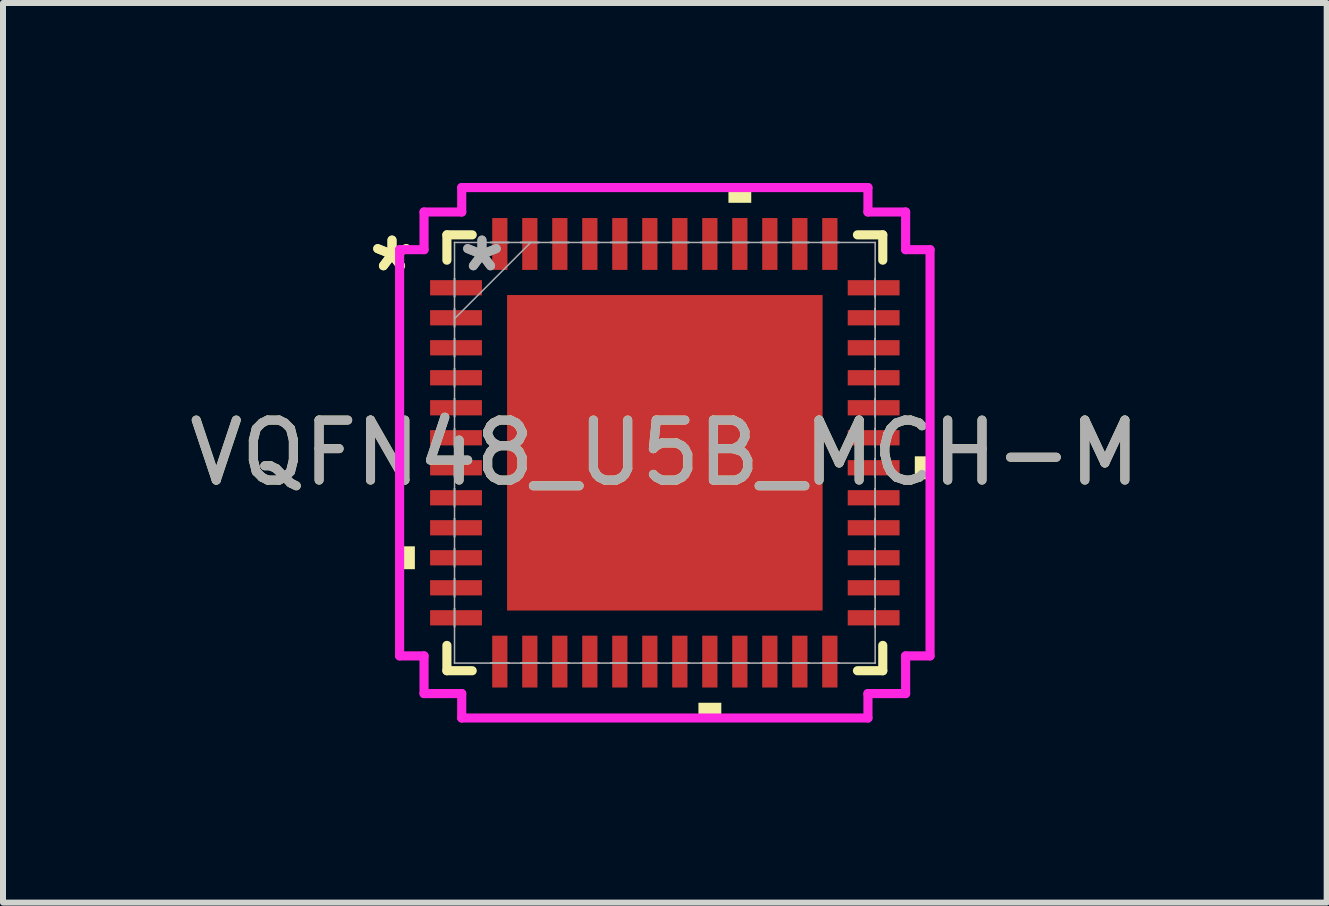
<source format=kicad_pcb>
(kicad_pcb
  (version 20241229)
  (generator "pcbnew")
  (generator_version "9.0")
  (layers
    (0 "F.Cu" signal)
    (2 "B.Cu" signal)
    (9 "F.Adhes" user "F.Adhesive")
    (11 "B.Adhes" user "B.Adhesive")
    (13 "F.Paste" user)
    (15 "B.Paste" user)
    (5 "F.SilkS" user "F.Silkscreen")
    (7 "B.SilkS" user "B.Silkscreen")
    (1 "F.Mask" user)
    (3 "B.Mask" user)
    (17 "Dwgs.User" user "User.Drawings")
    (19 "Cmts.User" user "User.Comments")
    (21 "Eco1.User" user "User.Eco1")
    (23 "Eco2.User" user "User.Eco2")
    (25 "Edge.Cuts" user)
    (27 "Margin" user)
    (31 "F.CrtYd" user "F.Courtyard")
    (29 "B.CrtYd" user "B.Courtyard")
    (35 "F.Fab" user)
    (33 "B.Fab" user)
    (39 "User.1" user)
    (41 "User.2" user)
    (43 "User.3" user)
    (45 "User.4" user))
  (footprint "VQFN48_U5B_MCH-M"
    (layer "F.Cu")
    (at 8.03 4.496)
    (property "Reference" "VQFN48_U5B_MCH-M" (at 0 0 0) (unlocked yes) (layer "F.SilkS") (effects (font (size 1 1) (thickness 0.15))))
    (attr smd)
    (fp_line (start -3.632 -3.632) (end -3.632 -3.21) (stroke (width 0.152) (type solid)) (layer "F.SilkS"))
    (fp_line (start -3.632 3.21) (end -3.632 3.632) (stroke (width 0.152) (type solid)) (layer "F.SilkS"))
    (fp_line (start -3.632 3.632) (end -3.21 3.632) (stroke (width 0.152) (type solid)) (layer "F.SilkS"))
    (fp_line (start -3.21 -3.632) (end -3.632 -3.632) (stroke (width 0.152) (type solid)) (layer "F.SilkS"))
    (fp_line (start 3.21 3.632) (end 3.632 3.632) (stroke (width 0.152) (type solid)) (layer "F.SilkS"))
    (fp_line (start 3.632 -3.632) (end 3.21 -3.632) (stroke (width 0.152) (type solid)) (layer "F.SilkS"))
    (fp_line (start 3.632 -3.21) (end 3.632 -3.632) (stroke (width 0.152) (type solid)) (layer "F.SilkS"))
    (fp_line (start 3.632 3.632) (end 3.632 3.21) (stroke (width 0.152) (type solid)) (layer "F.SilkS"))
    (fp_poly (pts (xy -4.42 1.559) (xy -4.42 1.94) (xy -4.166 1.94) (xy -4.166 1.559)) (stroke (width 0) (type solid)) (fill yes) (layer "F.SilkS"))
    (fp_poly (pts (xy 0.56 4.166) (xy 0.56 4.42) (xy 0.941 4.42) (xy 0.941 4.166)) (stroke (width 0) (type solid)) (fill yes) (layer "F.SilkS"))
    (fp_poly (pts (xy 1.06 -4.166) (xy 1.06 -4.42) (xy 1.44 -4.42) (xy 1.44 -4.166)) (stroke (width 0) (type solid)) (fill yes) (layer "F.SilkS"))
    (fp_poly (pts (xy 4.42 0.059) (xy 4.42 0.441) (xy 4.166 0.441) (xy 4.166 0.059)) (stroke (width 0) (type solid)) (fill yes) (layer "F.SilkS"))
    (fp_poly (pts (xy -2.529 -2.529) (xy -2.529 -1.414) (xy -1.414 -1.414) (xy -1.414 -2.529)) (stroke (width 0) (type solid)) (fill yes) (layer "F.Paste"))
    (fp_poly (pts (xy -2.529 -1.214) (xy -2.529 -0.1) (xy -1.414 -0.1) (xy -1.414 -1.214)) (stroke (width 0) (type solid)) (fill yes) (layer "F.Paste"))
    (fp_poly (pts (xy -2.529 0.1) (xy -2.529 1.214) (xy -1.414 1.214) (xy -1.414 0.1)) (stroke (width 0) (type solid)) (fill yes) (layer "F.Paste"))
    (fp_poly (pts (xy -2.529 1.414) (xy -2.529 2.529) (xy -1.414 2.529) (xy -1.414 1.414)) (stroke (width 0) (type solid)) (fill yes) (layer "F.Paste"))
    (fp_poly (pts (xy -1.214 -2.529) (xy -1.214 -1.414) (xy -0.1 -1.414) (xy -0.1 -2.529)) (stroke (width 0) (type solid)) (fill yes) (layer "F.Paste"))
    (fp_poly (pts (xy -1.214 -1.214) (xy -1.214 -0.1) (xy -0.1 -0.1) (xy -0.1 -1.214)) (stroke (width 0) (type solid)) (fill yes) (layer "F.Paste"))
    (fp_poly (pts (xy -1.214 0.1) (xy -1.214 1.214) (xy -0.1 1.214) (xy -0.1 0.1)) (stroke (width 0) (type solid)) (fill yes) (layer "F.Paste"))
    (fp_poly (pts (xy -1.214 1.414) (xy -1.214 2.529) (xy -0.1 2.529) (xy -0.1 1.414)) (stroke (width 0) (type solid)) (fill yes) (layer "F.Paste"))
    (fp_poly (pts (xy 0.1 -2.529) (xy 0.1 -1.414) (xy 1.214 -1.414) (xy 1.214 -2.529)) (stroke (width 0) (type solid)) (fill yes) (layer "F.Paste"))
    (fp_poly (pts (xy 0.1 -1.214) (xy 0.1 -0.1) (xy 1.214 -0.1) (xy 1.214 -1.214)) (stroke (width 0) (type solid)) (fill yes) (layer "F.Paste"))
    (fp_poly (pts (xy 0.1 0.1) (xy 0.1 1.214) (xy 1.214 1.214) (xy 1.214 0.1)) (stroke (width 0) (type solid)) (fill yes) (layer "F.Paste"))
    (fp_poly (pts (xy 0.1 1.414) (xy 0.1 2.529) (xy 1.214 2.529) (xy 1.214 1.414)) (stroke (width 0) (type solid)) (fill yes) (layer "F.Paste"))
    (fp_poly (pts (xy 1.414 -2.529) (xy 1.414 -1.414) (xy 2.529 -1.414) (xy 2.529 -2.529)) (stroke (width 0) (type solid)) (fill yes) (layer "F.Paste"))
    (fp_poly (pts (xy 1.414 -1.214) (xy 1.414 -0.1) (xy 2.529 -0.1) (xy 2.529 -1.214)) (stroke (width 0) (type solid)) (fill yes) (layer "F.Paste"))
    (fp_poly (pts (xy 1.414 0.1) (xy 1.414 1.214) (xy 2.529 1.214) (xy 2.529 0.1)) (stroke (width 0) (type solid)) (fill yes) (layer "F.Paste"))
    (fp_poly (pts (xy 1.414 1.414) (xy 1.414 2.529) (xy 2.529 2.529) (xy 2.529 1.414)) (stroke (width 0) (type solid)) (fill yes) (layer "F.Paste"))
    (fp_line (start -4.42 -3.385) (end -4.013 -3.385) (stroke (width 0.152) (type solid)) (layer "F.CrtYd"))
    (fp_line (start -4.42 3.385) (end -4.42 -3.385) (stroke (width 0.152) (type solid)) (layer "F.CrtYd"))
    (fp_line (start -4.013 -4.013) (end -3.385 -4.013) (stroke (width 0.152) (type solid)) (layer "F.CrtYd"))
    (fp_line (start -4.013 -3.385) (end -4.013 -4.013) (stroke (width 0.152) (type solid)) (layer "F.CrtYd"))
    (fp_line (start -4.013 3.385) (end -4.42 3.385) (stroke (width 0.152) (type solid)) (layer "F.CrtYd"))
    (fp_line (start -4.013 4.013) (end -4.013 3.385) (stroke (width 0.152) (type solid)) (layer "F.CrtYd"))
    (fp_line (start -3.385 -4.42) (end 3.385 -4.42) (stroke (width 0.152) (type solid)) (layer "F.CrtYd"))
    (fp_line (start -3.385 -4.013) (end -3.385 -4.42) (stroke (width 0.152) (type solid)) (layer "F.CrtYd"))
    (fp_line (start -3.385 4.013) (end -4.013 4.013) (stroke (width 0.152) (type solid)) (layer "F.CrtYd"))
    (fp_line (start -3.385 4.42) (end -3.385 4.013) (stroke (width 0.152) (type solid)) (layer "F.CrtYd"))
    (fp_line (start 3.385 -4.42) (end 3.385 -4.013) (stroke (width 0.152) (type solid)) (layer "F.CrtYd"))
    (fp_line (start 3.385 -4.013) (end 4.013 -4.013) (stroke (width 0.152) (type solid)) (layer "F.CrtYd"))
    (fp_line (start 3.385 4.013) (end 3.385 4.42) (stroke (width 0.152) (type solid)) (layer "F.CrtYd"))
    (fp_line (start 3.385 4.42) (end -3.385 4.42) (stroke (width 0.152) (type solid)) (layer "F.CrtYd"))
    (fp_line (start 4.013 -4.013) (end 4.013 -3.385) (stroke (width 0.152) (type solid)) (layer "F.CrtYd"))
    (fp_line (start 4.013 -3.385) (end 4.42 -3.385) (stroke (width 0.152) (type solid)) (layer "F.CrtYd"))
    (fp_line (start 4.013 3.385) (end 4.013 4.013) (stroke (width 0.152) (type solid)) (layer "F.CrtYd"))
    (fp_line (start 4.013 4.013) (end 3.385 4.013) (stroke (width 0.152) (type solid)) (layer "F.CrtYd"))
    (fp_line (start 4.42 -3.385) (end 4.42 3.385) (stroke (width 0.152) (type solid)) (layer "F.CrtYd"))
    (fp_line (start 4.42 3.385) (end 4.013 3.385) (stroke (width 0.152) (type solid)) (layer "F.CrtYd"))
    (fp_line (start -3.505 -3.505) (end -3.505 -3.505) (stroke (width 0.025) (type solid)) (layer "F.Fab"))
    (fp_line (start -3.505 -3.505) (end -3.505 3.505) (stroke (width 0.025) (type solid)) (layer "F.Fab"))
    (fp_line (start -3.505 -2.902) (end -3.505 -2.902) (stroke (width 0.025) (type solid)) (layer "F.Fab"))
    (fp_line (start -3.505 -2.902) (end -3.505 -2.598) (stroke (width 0.025) (type solid)) (layer "F.Fab"))
    (fp_line (start -3.505 -2.598) (end -3.505 -2.902) (stroke (width 0.025) (type solid)) (layer "F.Fab"))
    (fp_line (start -3.505 -2.598) (end -3.505 -2.598) (stroke (width 0.025) (type solid)) (layer "F.Fab"))
    (fp_line (start -3.505 -2.402) (end -3.505 -2.402) (stroke (width 0.025) (type solid)) (layer "F.Fab"))
    (fp_line (start -3.505 -2.402) (end -3.505 -2.098) (stroke (width 0.025) (type solid)) (layer "F.Fab"))
    (fp_line (start -3.505 -2.235) (end -2.235 -3.505) (stroke (width 0.025) (type solid)) (layer "F.Fab"))
    (fp_line (start -3.505 -2.098) (end -3.505 -2.402) (stroke (width 0.025) (type solid)) (layer "F.Fab"))
    (fp_line (start -3.505 -2.098) (end -3.505 -2.098) (stroke (width 0.025) (type solid)) (layer "F.Fab"))
    (fp_line (start -3.505 -1.902) (end -3.505 -1.902) (stroke (width 0.025) (type solid)) (layer "F.Fab"))
    (fp_line (start -3.505 -1.902) (end -3.505 -1.598) (stroke (width 0.025) (type solid)) (layer "F.Fab"))
    (fp_line (start -3.505 -1.598) (end -3.505 -1.902) (stroke (width 0.025) (type solid)) (layer "F.Fab"))
    (fp_line (start -3.505 -1.598) (end -3.505 -1.598) (stroke (width 0.025) (type solid)) (layer "F.Fab"))
    (fp_line (start -3.505 -1.402) (end -3.505 -1.402) (stroke (width 0.025) (type solid)) (layer "F.Fab"))
    (fp_line (start -3.505 -1.402) (end -3.505 -1.098) (stroke (width 0.025) (type solid)) (layer "F.Fab"))
    (fp_line (start -3.505 -1.098) (end -3.505 -1.402) (stroke (width 0.025) (type solid)) (layer "F.Fab"))
    (fp_line (start -3.505 -1.098) (end -3.505 -1.098) (stroke (width 0.025) (type solid)) (layer "F.Fab"))
    (fp_line (start -3.505 -0.902) (end -3.505 -0.902) (stroke (width 0.025) (type solid)) (layer "F.Fab"))
    (fp_line (start -3.505 -0.902) (end -3.505 -0.598) (stroke (width 0.025) (type solid)) (layer "F.Fab"))
    (fp_line (start -3.505 -0.598) (end -3.505 -0.902) (stroke (width 0.025) (type solid)) (layer "F.Fab"))
    (fp_line (start -3.505 -0.598) (end -3.505 -0.598) (stroke (width 0.025) (type solid)) (layer "F.Fab"))
    (fp_line (start -3.505 -0.402) (end -3.505 -0.402) (stroke (width 0.025) (type solid)) (layer "F.Fab"))
    (fp_line (start -3.505 -0.402) (end -3.505 -0.098) (stroke (width 0.025) (type solid)) (layer "F.Fab"))
    (fp_line (start -3.505 -0.098) (end -3.505 -0.402) (stroke (width 0.025) (type solid)) (layer "F.Fab"))
    (fp_line (start -3.505 -0.098) (end -3.505 -0.098) (stroke (width 0.025) (type solid)) (layer "F.Fab"))
    (fp_line (start -3.505 0.098) (end -3.505 0.098) (stroke (width 0.025) (type solid)) (layer "F.Fab"))
    (fp_line (start -3.505 0.098) (end -3.505 0.402) (stroke (width 0.025) (type solid)) (layer "F.Fab"))
    (fp_line (start -3.505 0.402) (end -3.505 0.098) (stroke (width 0.025) (type solid)) (layer "F.Fab"))
    (fp_line (start -3.505 0.402) (end -3.505 0.402) (stroke (width 0.025) (type solid)) (layer "F.Fab"))
    (fp_line (start -3.505 0.598) (end -3.505 0.598) (stroke (width 0.025) (type solid)) (layer "F.Fab"))
    (fp_line (start -3.505 0.598) (end -3.505 0.902) (stroke (width 0.025) (type solid)) (layer "F.Fab"))
    (fp_line (start -3.505 0.902) (end -3.505 0.598) (stroke (width 0.025) (type solid)) (layer "F.Fab"))
    (fp_line (start -3.505 0.902) (end -3.505 0.902) (stroke (width 0.025) (type solid)) (layer "F.Fab"))
    (fp_line (start -3.505 1.098) (end -3.505 1.098) (stroke (width 0.025) (type solid)) (layer "F.Fab"))
    (fp_line (start -3.505 1.098) (end -3.505 1.402) (stroke (width 0.025) (type solid)) (layer "F.Fab"))
    (fp_line (start -3.505 1.402) (end -3.505 1.098) (stroke (width 0.025) (type solid)) (layer "F.Fab"))
    (fp_line (start -3.505 1.402) (end -3.505 1.402) (stroke (width 0.025) (type solid)) (layer "F.Fab"))
    (fp_line (start -3.505 1.598) (end -3.505 1.598) (stroke (width 0.025) (type solid)) (layer "F.Fab"))
    (fp_line (start -3.505 1.598) (end -3.505 1.902) (stroke (width 0.025) (type solid)) (layer "F.Fab"))
    (fp_line (start -3.505 1.902) (end -3.505 1.598) (stroke (width 0.025) (type solid)) (layer "F.Fab"))
    (fp_line (start -3.505 1.902) (end -3.505 1.902) (stroke (width 0.025) (type solid)) (layer "F.Fab"))
    (fp_line (start -3.505 2.098) (end -3.505 2.098) (stroke (width 0.025) (type solid)) (layer "F.Fab"))
    (fp_line (start -3.505 2.098) (end -3.505 2.402) (stroke (width 0.025) (type solid)) (layer "F.Fab"))
    (fp_line (start -3.505 2.402) (end -3.505 2.098) (stroke (width 0.025) (type solid)) (layer "F.Fab"))
    (fp_line (start -3.505 2.402) (end -3.505 2.402) (stroke (width 0.025) (type solid)) (layer "F.Fab"))
    (fp_line (start -3.505 2.598) (end -3.505 2.598) (stroke (width 0.025) (type solid)) (layer "F.Fab"))
    (fp_line (start -3.505 2.598) (end -3.505 2.902) (stroke (width 0.025) (type solid)) (layer "F.Fab"))
    (fp_line (start -3.505 2.902) (end -3.505 2.598) (stroke (width 0.025) (type solid)) (layer "F.Fab"))
    (fp_line (start -3.505 2.902) (end -3.505 2.902) (stroke (width 0.025) (type solid)) (layer "F.Fab"))
    (fp_line (start -3.505 3.505) (end -3.505 3.505) (stroke (width 0.025) (type solid)) (layer "F.Fab"))
    (fp_line (start -3.505 3.505) (end 3.505 3.505) (stroke (width 0.025) (type solid)) (layer "F.Fab"))
    (fp_line (start -2.902 -3.505) (end -2.902 -3.505) (stroke (width 0.025) (type solid)) (layer "F.Fab"))
    (fp_line (start -2.902 -3.505) (end -2.598 -3.505) (stroke (width 0.025) (type solid)) (layer "F.Fab"))
    (fp_line (start -2.902 3.505) (end -2.902 3.505) (stroke (width 0.025) (type solid)) (layer "F.Fab"))
    (fp_line (start -2.902 3.505) (end -2.598 3.505) (stroke (width 0.025) (type solid)) (layer "F.Fab"))
    (fp_line (start -2.598 -3.505) (end -2.902 -3.505) (stroke (width 0.025) (type solid)) (layer "F.Fab"))
    (fp_line (start -2.598 -3.505) (end -2.598 -3.505) (stroke (width 0.025) (type solid)) (layer "F.Fab"))
    (fp_line (start -2.598 3.505) (end -2.902 3.505) (stroke (width 0.025) (type solid)) (layer "F.Fab"))
    (fp_line (start -2.598 3.505) (end -2.598 3.505) (stroke (width 0.025) (type solid)) (layer "F.Fab"))
    (fp_line (start -2.402 -3.505) (end -2.402 -3.505) (stroke (width 0.025) (type solid)) (layer "F.Fab"))
    (fp_line (start -2.402 -3.505) (end -2.098 -3.505) (stroke (width 0.025) (type solid)) (layer "F.Fab"))
    (fp_line (start -2.402 3.505) (end -2.402 3.505) (stroke (width 0.025) (type solid)) (layer "F.Fab"))
    (fp_line (start -2.402 3.505) (end -2.098 3.505) (stroke (width 0.025) (type solid)) (layer "F.Fab"))
    (fp_line (start -2.098 -3.505) (end -2.402 -3.505) (stroke (width 0.025) (type solid)) (layer "F.Fab"))
    (fp_line (start -2.098 -3.505) (end -2.098 -3.505) (stroke (width 0.025) (type solid)) (layer "F.Fab"))
    (fp_line (start -2.098 3.505) (end -2.402 3.505) (stroke (width 0.025) (type solid)) (layer "F.Fab"))
    (fp_line (start -2.098 3.505) (end -2.098 3.505) (stroke (width 0.025) (type solid)) (layer "F.Fab"))
    (fp_line (start -1.902 -3.505) (end -1.902 -3.505) (stroke (width 0.025) (type solid)) (layer "F.Fab"))
    (fp_line (start -1.902 -3.505) (end -1.598 -3.505) (stroke (width 0.025) (type solid)) (layer "F.Fab"))
    (fp_line (start -1.902 3.505) (end -1.902 3.505) (stroke (width 0.025) (type solid)) (layer "F.Fab"))
    (fp_line (start -1.902 3.505) (end -1.598 3.505) (stroke (width 0.025) (type solid)) (layer "F.Fab"))
    (fp_line (start -1.598 -3.505) (end -1.902 -3.505) (stroke (width 0.025) (type solid)) (layer "F.Fab"))
    (fp_line (start -1.598 -3.505) (end -1.598 -3.505) (stroke (width 0.025) (type solid)) (layer "F.Fab"))
    (fp_line (start -1.598 3.505) (end -1.902 3.505) (stroke (width 0.025) (type solid)) (layer "F.Fab"))
    (fp_line (start -1.598 3.505) (end -1.598 3.505) (stroke (width 0.025) (type solid)) (layer "F.Fab"))
    (fp_line (start -1.402 -3.505) (end -1.402 -3.505) (stroke (width 0.025) (type solid)) (layer "F.Fab"))
    (fp_line (start -1.402 -3.505) (end -1.098 -3.505) (stroke (width 0.025) (type solid)) (layer "F.Fab"))
    (fp_line (start -1.402 3.505) (end -1.402 3.505) (stroke (width 0.025) (type solid)) (layer "F.Fab"))
    (fp_line (start -1.402 3.505) (end -1.098 3.505) (stroke (width 0.025) (type solid)) (layer "F.Fab"))
    (fp_line (start -1.098 -3.505) (end -1.402 -3.505) (stroke (width 0.025) (type solid)) (layer "F.Fab"))
    (fp_line (start -1.098 -3.505) (end -1.098 -3.505) (stroke (width 0.025) (type solid)) (layer "F.Fab"))
    (fp_line (start -1.098 3.505) (end -1.402 3.505) (stroke (width 0.025) (type solid)) (layer "F.Fab"))
    (fp_line (start -1.098 3.505) (end -1.098 3.505) (stroke (width 0.025) (type solid)) (layer "F.Fab"))
    (fp_line (start -0.902 -3.505) (end -0.902 -3.505) (stroke (width 0.025) (type solid)) (layer "F.Fab"))
    (fp_line (start -0.902 -3.505) (end -0.598 -3.505) (stroke (width 0.025) (type solid)) (layer "F.Fab"))
    (fp_line (start -0.902 3.505) (end -0.902 3.505) (stroke (width 0.025) (type solid)) (layer "F.Fab"))
    (fp_line (start -0.902 3.505) (end -0.598 3.505) (stroke (width 0.025) (type solid)) (layer "F.Fab"))
    (fp_line (start -0.598 -3.505) (end -0.902 -3.505) (stroke (width 0.025) (type solid)) (layer "F.Fab"))
    (fp_line (start -0.598 -3.505) (end -0.598 -3.505) (stroke (width 0.025) (type solid)) (layer "F.Fab"))
    (fp_line (start -0.598 3.505) (end -0.902 3.505) (stroke (width 0.025) (type solid)) (layer "F.Fab"))
    (fp_line (start -0.598 3.505) (end -0.598 3.505) (stroke (width 0.025) (type solid)) (layer "F.Fab"))
    (fp_line (start -0.402 -3.505) (end -0.402 -3.505) (stroke (width 0.025) (type solid)) (layer "F.Fab"))
    (fp_line (start -0.402 -3.505) (end -0.098 -3.505) (stroke (width 0.025) (type solid)) (layer "F.Fab"))
    (fp_line (start -0.402 3.505) (end -0.402 3.505) (stroke (width 0.025) (type solid)) (layer "F.Fab"))
    (fp_line (start -0.402 3.505) (end -0.098 3.505) (stroke (width 0.025) (type solid)) (layer "F.Fab"))
    (fp_line (start -0.098 -3.505) (end -0.402 -3.505) (stroke (width 0.025) (type solid)) (layer "F.Fab"))
    (fp_line (start -0.098 -3.505) (end -0.098 -3.505) (stroke (width 0.025) (type solid)) (layer "F.Fab"))
    (fp_line (start -0.098 3.505) (end -0.402 3.505) (stroke (width 0.025) (type solid)) (layer "F.Fab"))
    (fp_line (start -0.098 3.505) (end -0.098 3.505) (stroke (width 0.025) (type solid)) (layer "F.Fab"))
    (fp_line (start 0.098 -3.505) (end 0.098 -3.505) (stroke (width 0.025) (type solid)) (layer "F.Fab"))
    (fp_line (start 0.098 -3.505) (end 0.402 -3.505) (stroke (width 0.025) (type solid)) (layer "F.Fab"))
    (fp_line (start 0.098 3.505) (end 0.098 3.505) (stroke (width 0.025) (type solid)) (layer "F.Fab"))
    (fp_line (start 0.098 3.505) (end 0.402 3.505) (stroke (width 0.025) (type solid)) (layer "F.Fab"))
    (fp_line (start 0.402 -3.505) (end 0.098 -3.505) (stroke (width 0.025) (type solid)) (layer "F.Fab"))
    (fp_line (start 0.402 -3.505) (end 0.402 -3.505) (stroke (width 0.025) (type solid)) (layer "F.Fab"))
    (fp_line (start 0.402 3.505) (end 0.098 3.505) (stroke (width 0.025) (type solid)) (layer "F.Fab"))
    (fp_line (start 0.402 3.505) (end 0.402 3.505) (stroke (width 0.025) (type solid)) (layer "F.Fab"))
    (fp_line (start 0.598 -3.505) (end 0.598 -3.505) (stroke (width 0.025) (type solid)) (layer "F.Fab"))
    (fp_line (start 0.598 -3.505) (end 0.902 -3.505) (stroke (width 0.025) (type solid)) (layer "F.Fab"))
    (fp_line (start 0.598 3.505) (end 0.598 3.505) (stroke (width 0.025) (type solid)) (layer "F.Fab"))
    (fp_line (start 0.598 3.505) (end 0.902 3.505) (stroke (width 0.025) (type solid)) (layer "F.Fab"))
    (fp_line (start 0.902 -3.505) (end 0.598 -3.505) (stroke (width 0.025) (type solid)) (layer "F.Fab"))
    (fp_line (start 0.902 -3.505) (end 0.902 -3.505) (stroke (width 0.025) (type solid)) (layer "F.Fab"))
    (fp_line (start 0.902 3.505) (end 0.598 3.505) (stroke (width 0.025) (type solid)) (layer "F.Fab"))
    (fp_line (start 0.902 3.505) (end 0.902 3.505) (stroke (width 0.025) (type solid)) (layer "F.Fab"))
    (fp_line (start 1.098 -3.505) (end 1.098 -3.505) (stroke (width 0.025) (type solid)) (layer "F.Fab"))
    (fp_line (start 1.098 -3.505) (end 1.402 -3.505) (stroke (width 0.025) (type solid)) (layer "F.Fab"))
    (fp_line (start 1.098 3.505) (end 1.098 3.505) (stroke (width 0.025) (type solid)) (layer "F.Fab"))
    (fp_line (start 1.098 3.505) (end 1.402 3.505) (stroke (width 0.025) (type solid)) (layer "F.Fab"))
    (fp_line (start 1.402 -3.505) (end 1.098 -3.505) (stroke (width 0.025) (type solid)) (layer "F.Fab"))
    (fp_line (start 1.402 -3.505) (end 1.402 -3.505) (stroke (width 0.025) (type solid)) (layer "F.Fab"))
    (fp_line (start 1.402 3.505) (end 1.098 3.505) (stroke (width 0.025) (type solid)) (layer "F.Fab"))
    (fp_line (start 1.402 3.505) (end 1.402 3.505) (stroke (width 0.025) (type solid)) (layer "F.Fab"))
    (fp_line (start 1.598 -3.505) (end 1.598 -3.505) (stroke (width 0.025) (type solid)) (layer "F.Fab"))
    (fp_line (start 1.598 -3.505) (end 1.902 -3.505) (stroke (width 0.025) (type solid)) (layer "F.Fab"))
    (fp_line (start 1.598 3.505) (end 1.598 3.505) (stroke (width 0.025) (type solid)) (layer "F.Fab"))
    (fp_line (start 1.598 3.505) (end 1.902 3.505) (stroke (width 0.025) (type solid)) (layer "F.Fab"))
    (fp_line (start 1.902 -3.505) (end 1.598 -3.505) (stroke (width 0.025) (type solid)) (layer "F.Fab"))
    (fp_line (start 1.902 -3.505) (end 1.902 -3.505) (stroke (width 0.025) (type solid)) (layer "F.Fab"))
    (fp_line (start 1.902 3.505) (end 1.598 3.505) (stroke (width 0.025) (type solid)) (layer "F.Fab"))
    (fp_line (start 1.902 3.505) (end 1.902 3.505) (stroke (width 0.025) (type solid)) (layer "F.Fab"))
    (fp_line (start 2.098 -3.505) (end 2.098 -3.505) (stroke (width 0.025) (type solid)) (layer "F.Fab"))
    (fp_line (start 2.098 -3.505) (end 2.402 -3.505) (stroke (width 0.025) (type solid)) (layer "F.Fab"))
    (fp_line (start 2.098 3.505) (end 2.098 3.505) (stroke (width 0.025) (type solid)) (layer "F.Fab"))
    (fp_line (start 2.098 3.505) (end 2.402 3.505) (stroke (width 0.025) (type solid)) (layer "F.Fab"))
    (fp_line (start 2.402 -3.505) (end 2.098 -3.505) (stroke (width 0.025) (type solid)) (layer "F.Fab"))
    (fp_line (start 2.402 -3.505) (end 2.402 -3.505) (stroke (width 0.025) (type solid)) (layer "F.Fab"))
    (fp_line (start 2.402 3.505) (end 2.098 3.505) (stroke (width 0.025) (type solid)) (layer "F.Fab"))
    (fp_line (start 2.402 3.505) (end 2.402 3.505) (stroke (width 0.025) (type solid)) (layer "F.Fab"))
    (fp_line (start 2.598 -3.505) (end 2.598 -3.505) (stroke (width 0.025) (type solid)) (layer "F.Fab"))
    (fp_line (start 2.598 -3.505) (end 2.902 -3.505) (stroke (width 0.025) (type solid)) (layer "F.Fab"))
    (fp_line (start 2.598 3.505) (end 2.598 3.505) (stroke (width 0.025) (type solid)) (layer "F.Fab"))
    (fp_line (start 2.598 3.505) (end 2.902 3.505) (stroke (width 0.025) (type solid)) (layer "F.Fab"))
    (fp_line (start 2.902 -3.505) (end 2.598 -3.505) (stroke (width 0.025) (type solid)) (layer "F.Fab"))
    (fp_line (start 2.902 -3.505) (end 2.902 -3.505) (stroke (width 0.025) (type solid)) (layer "F.Fab"))
    (fp_line (start 2.902 3.505) (end 2.598 3.505) (stroke (width 0.025) (type solid)) (layer "F.Fab"))
    (fp_line (start 2.902 3.505) (end 2.902 3.505) (stroke (width 0.025) (type solid)) (layer "F.Fab"))
    (fp_line (start 3.505 -3.505) (end -3.505 -3.505) (stroke (width 0.025) (type solid)) (layer "F.Fab"))
    (fp_line (start 3.505 -3.505) (end 3.505 -3.505) (stroke (width 0.025) (type solid)) (layer "F.Fab"))
    (fp_line (start 3.505 -2.902) (end 3.505 -2.902) (stroke (width 0.025) (type solid)) (layer "F.Fab"))
    (fp_line (start 3.505 -2.902) (end 3.505 -2.598) (stroke (width 0.025) (type solid)) (layer "F.Fab"))
    (fp_line (start 3.505 -2.598) (end 3.505 -2.902) (stroke (width 0.025) (type solid)) (layer "F.Fab"))
    (fp_line (start 3.505 -2.598) (end 3.505 -2.598) (stroke (width 0.025) (type solid)) (layer "F.Fab"))
    (fp_line (start 3.505 -2.402) (end 3.505 -2.402) (stroke (width 0.025) (type solid)) (layer "F.Fab"))
    (fp_line (start 3.505 -2.402) (end 3.505 -2.098) (stroke (width 0.025) (type solid)) (layer "F.Fab"))
    (fp_line (start 3.505 -2.098) (end 3.505 -2.402) (stroke (width 0.025) (type solid)) (layer "F.Fab"))
    (fp_line (start 3.505 -2.098) (end 3.505 -2.098) (stroke (width 0.025) (type solid)) (layer "F.Fab"))
    (fp_line (start 3.505 -1.902) (end 3.505 -1.902) (stroke (width 0.025) (type solid)) (layer "F.Fab"))
    (fp_line (start 3.505 -1.902) (end 3.505 -1.598) (stroke (width 0.025) (type solid)) (layer "F.Fab"))
    (fp_line (start 3.505 -1.598) (end 3.505 -1.902) (stroke (width 0.025) (type solid)) (layer "F.Fab"))
    (fp_line (start 3.505 -1.598) (end 3.505 -1.598) (stroke (width 0.025) (type solid)) (layer "F.Fab"))
    (fp_line (start 3.505 -1.402) (end 3.505 -1.402) (stroke (width 0.025) (type solid)) (layer "F.Fab"))
    (fp_line (start 3.505 -1.402) (end 3.505 -1.098) (stroke (width 0.025) (type solid)) (layer "F.Fab"))
    (fp_line (start 3.505 -1.098) (end 3.505 -1.402) (stroke (width 0.025) (type solid)) (layer "F.Fab"))
    (fp_line (start 3.505 -1.098) (end 3.505 -1.098) (stroke (width 0.025) (type solid)) (layer "F.Fab"))
    (fp_line (start 3.505 -0.902) (end 3.505 -0.902) (stroke (width 0.025) (type solid)) (layer "F.Fab"))
    (fp_line (start 3.505 -0.902) (end 3.505 -0.598) (stroke (width 0.025) (type solid)) (layer "F.Fab"))
    (fp_line (start 3.505 -0.598) (end 3.505 -0.902) (stroke (width 0.025) (type solid)) (layer "F.Fab"))
    (fp_line (start 3.505 -0.598) (end 3.505 -0.598) (stroke (width 0.025) (type solid)) (layer "F.Fab"))
    (fp_line (start 3.505 -0.402) (end 3.505 -0.402) (stroke (width 0.025) (type solid)) (layer "F.Fab"))
    (fp_line (start 3.505 -0.402) (end 3.505 -0.098) (stroke (width 0.025) (type solid)) (layer "F.Fab"))
    (fp_line (start 3.505 -0.098) (end 3.505 -0.402) (stroke (width 0.025) (type solid)) (layer "F.Fab"))
    (fp_line (start 3.505 -0.098) (end 3.505 -0.098) (stroke (width 0.025) (type solid)) (layer "F.Fab"))
    (fp_line (start 3.505 0.098) (end 3.505 0.098) (stroke (width 0.025) (type solid)) (layer "F.Fab"))
    (fp_line (start 3.505 0.098) (end 3.505 0.402) (stroke (width 0.025) (type solid)) (layer "F.Fab"))
    (fp_line (start 3.505 0.402) (end 3.505 0.098) (stroke (width 0.025) (type solid)) (layer "F.Fab"))
    (fp_line (start 3.505 0.402) (end 3.505 0.402) (stroke (width 0.025) (type solid)) (layer "F.Fab"))
    (fp_line (start 3.505 0.598) (end 3.505 0.598) (stroke (width 0.025) (type solid)) (layer "F.Fab"))
    (fp_line (start 3.505 0.598) (end 3.505 0.902) (stroke (width 0.025) (type solid)) (layer "F.Fab"))
    (fp_line (start 3.505 0.902) (end 3.505 0.598) (stroke (width 0.025) (type solid)) (layer "F.Fab"))
    (fp_line (start 3.505 0.902) (end 3.505 0.902) (stroke (width 0.025) (type solid)) (layer "F.Fab"))
    (fp_line (start 3.505 1.098) (end 3.505 1.098) (stroke (width 0.025) (type solid)) (layer "F.Fab"))
    (fp_line (start 3.505 1.098) (end 3.505 1.402) (stroke (width 0.025) (type solid)) (layer "F.Fab"))
    (fp_line (start 3.505 1.402) (end 3.505 1.098) (stroke (width 0.025) (type solid)) (layer "F.Fab"))
    (fp_line (start 3.505 1.402) (end 3.505 1.402) (stroke (width 0.025) (type solid)) (layer "F.Fab"))
    (fp_line (start 3.505 1.598) (end 3.505 1.598) (stroke (width 0.025) (type solid)) (layer "F.Fab"))
    (fp_line (start 3.505 1.598) (end 3.505 1.902) (stroke (width 0.025) (type solid)) (layer "F.Fab"))
    (fp_line (start 3.505 1.902) (end 3.505 1.598) (stroke (width 0.025) (type solid)) (layer "F.Fab"))
    (fp_line (start 3.505 1.902) (end 3.505 1.902) (stroke (width 0.025) (type solid)) (layer "F.Fab"))
    (fp_line (start 3.505 2.098) (end 3.505 2.098) (stroke (width 0.025) (type solid)) (layer "F.Fab"))
    (fp_line (start 3.505 2.098) (end 3.505 2.402) (stroke (width 0.025) (type solid)) (layer "F.Fab"))
    (fp_line (start 3.505 2.402) (end 3.505 2.098) (stroke (width 0.025) (type solid)) (layer "F.Fab"))
    (fp_line (start 3.505 2.402) (end 3.505 2.402) (stroke (width 0.025) (type solid)) (layer "F.Fab"))
    (fp_line (start 3.505 2.598) (end 3.505 2.598) (stroke (width 0.025) (type solid)) (layer "F.Fab"))
    (fp_line (start 3.505 2.598) (end 3.505 2.902) (stroke (width 0.025) (type solid)) (layer "F.Fab"))
    (fp_line (start 3.505 2.902) (end 3.505 2.598) (stroke (width 0.025) (type solid)) (layer "F.Fab"))
    (fp_line (start 3.505 2.902) (end 3.505 2.902) (stroke (width 0.025) (type solid)) (layer "F.Fab"))
    (fp_line (start 3.505 3.505) (end 3.505 -3.505) (stroke (width 0.025) (type solid)) (layer "F.Fab"))
    (fp_line (start 3.505 3.505) (end 3.505 3.505) (stroke (width 0.025) (type solid)) (layer "F.Fab"))
    (fp_text user "*" (at -4.547 -3 0) (unlocked yes) (layer "F.SilkS") (effects (font (size 1 1) (thickness 0.15))))
    (fp_text user "*" (at -4.547 -3 0) (layer "F.SilkS") (effects (font (size 1 1) (thickness 0.15))))
    (fp_text user "*" (at -3.048 -3 0) (unlocked yes) (layer "F.Fab") (effects (font (size 1 1) (thickness 0.15))))
    (fp_text user "*" (at -3.048 -3 0) (layer "F.Fab") (effects (font (size 1 1) (thickness 0.15))))
    (fp_text user "${REFERENCE}" (at 0 0 0) (unlocked yes) (layer "F.Fab") (effects (font (size 1 1) (thickness 0.15))))
    (pad "1" smd rect (at -3.48 -2.75 90) (size 0.254 0.864) (layers "F.Cu" "F.Mask" "F.Paste"))
    (pad "2" smd rect (at -3.48 -2.25 90) (size 0.254 0.864) (layers "F.Cu" "F.Mask" "F.Paste"))
    (pad "3" smd rect (at -3.48 -1.75 90) (size 0.254 0.864) (layers "F.Cu" "F.Mask" "F.Paste"))
    (pad "4" smd rect (at -3.48 -1.25 90) (size 0.254 0.864) (layers "F.Cu" "F.Mask" "F.Paste"))
    (pad "5" smd rect (at -3.48 -0.75 90) (size 0.254 0.864) (layers "F.Cu" "F.Mask" "F.Paste"))
    (pad "6" smd rect (at -3.48 -0.25 90) (size 0.254 0.864) (layers "F.Cu" "F.Mask" "F.Paste"))
    (pad "7" smd rect (at -3.48 0.25 90) (size 0.254 0.864) (layers "F.Cu" "F.Mask" "F.Paste"))
    (pad "8" smd rect (at -3.48 0.75 90) (size 0.254 0.864) (layers "F.Cu" "F.Mask" "F.Paste"))
    (pad "9" smd rect (at -3.48 1.25 90) (size 0.254 0.864) (layers "F.Cu" "F.Mask" "F.Paste"))
    (pad "10" smd rect (at -3.48 1.75 90) (size 0.254 0.864) (layers "F.Cu" "F.Mask" "F.Paste"))
    (pad "11" smd rect (at -3.48 2.25 90) (size 0.254 0.864) (layers "F.Cu" "F.Mask" "F.Paste"))
    (pad "12" smd rect (at -3.48 2.75 90) (size 0.254 0.864) (layers "F.Cu" "F.Mask" "F.Paste"))
    (pad "13" smd rect (at -2.75 3.48) (size 0.254 0.864) (layers "F.Cu" "F.Mask" "F.Paste"))
    (pad "14" smd rect (at -2.25 3.48) (size 0.254 0.864) (layers "F.Cu" "F.Mask" "F.Paste"))
    (pad "15" smd rect (at -1.75 3.48) (size 0.254 0.864) (layers "F.Cu" "F.Mask" "F.Paste"))
    (pad "16" smd rect (at -1.25 3.48) (size 0.254 0.864) (layers "F.Cu" "F.Mask" "F.Paste"))
    (pad "17" smd rect (at -0.75 3.48) (size 0.254 0.864) (layers "F.Cu" "F.Mask" "F.Paste"))
    (pad "18" smd rect (at -0.25 3.48) (size 0.254 0.864) (layers "F.Cu" "F.Mask" "F.Paste"))
    (pad "19" smd rect (at 0.25 3.48) (size 0.254 0.864) (layers "F.Cu" "F.Mask" "F.Paste"))
    (pad "20" smd rect (at 0.75 3.48) (size 0.254 0.864) (layers "F.Cu" "F.Mask" "F.Paste"))
    (pad "21" smd rect (at 1.25 3.48) (size 0.254 0.864) (layers "F.Cu" "F.Mask" "F.Paste"))
    (pad "22" smd rect (at 1.75 3.48) (size 0.254 0.864) (layers "F.Cu" "F.Mask" "F.Paste"))
    (pad "23" smd rect (at 2.25 3.48) (size 0.254 0.864) (layers "F.Cu" "F.Mask" "F.Paste"))
    (pad "24" smd rect (at 2.75 3.48) (size 0.254 0.864) (layers "F.Cu" "F.Mask" "F.Paste"))
    (pad "25" smd rect (at 3.48 2.75 90) (size 0.254 0.864) (layers "F.Cu" "F.Mask" "F.Paste"))
    (pad "26" smd rect (at 3.48 2.25 90) (size 0.254 0.864) (layers "F.Cu" "F.Mask" "F.Paste"))
    (pad "27" smd rect (at 3.48 1.75 90) (size 0.254 0.864) (layers "F.Cu" "F.Mask" "F.Paste"))
    (pad "28" smd rect (at 3.48 1.25 90) (size 0.254 0.864) (layers "F.Cu" "F.Mask" "F.Paste"))
    (pad "29" smd rect (at 3.48 0.75 90) (size 0.254 0.864) (layers "F.Cu" "F.Mask" "F.Paste"))
    (pad "30" smd rect (at 3.48 0.25 90) (size 0.254 0.864) (layers "F.Cu" "F.Mask" "F.Paste"))
    (pad "31" smd rect (at 3.48 -0.25 90) (size 0.254 0.864) (layers "F.Cu" "F.Mask" "F.Paste"))
    (pad "32" smd rect (at 3.48 -0.75 90) (size 0.254 0.864) (layers "F.Cu" "F.Mask" "F.Paste"))
    (pad "33" smd rect (at 3.48 -1.25 90) (size 0.254 0.864) (layers "F.Cu" "F.Mask" "F.Paste"))
    (pad "34" smd rect (at 3.48 -1.75 90) (size 0.254 0.864) (layers "F.Cu" "F.Mask" "F.Paste"))
    (pad "35" smd rect (at 3.48 -2.25 90) (size 0.254 0.864) (layers "F.Cu" "F.Mask" "F.Paste"))
    (pad "36" smd rect (at 3.48 -2.75 90) (size 0.254 0.864) (layers "F.Cu" "F.Mask" "F.Paste"))
    (pad "37" smd rect (at 2.75 -3.48) (size 0.254 0.864) (layers "F.Cu" "F.Mask" "F.Paste"))
    (pad "38" smd rect (at 2.25 -3.48) (size 0.254 0.864) (layers "F.Cu" "F.Mask" "F.Paste"))
    (pad "39" smd rect (at 1.75 -3.48) (size 0.254 0.864) (layers "F.Cu" "F.Mask" "F.Paste"))
    (pad "40" smd rect (at 1.25 -3.48) (size 0.254 0.864) (layers "F.Cu" "F.Mask" "F.Paste"))
    (pad "41" smd rect (at 0.75 -3.48) (size 0.254 0.864) (layers "F.Cu" "F.Mask" "F.Paste"))
    (pad "42" smd rect (at 0.25 -3.48) (size 0.254 0.864) (layers "F.Cu" "F.Mask" "F.Paste"))
    (pad "43" smd rect (at -0.25 -3.48) (size 0.254 0.864) (layers "F.Cu" "F.Mask" "F.Paste"))
    (pad "44" smd rect (at -0.75 -3.48) (size 0.254 0.864) (layers "F.Cu" "F.Mask" "F.Paste"))
    (pad "45" smd rect (at -1.25 -3.48) (size 0.254 0.864) (layers "F.Cu" "F.Mask" "F.Paste"))
    (pad "46" smd rect (at -1.75 -3.48) (size 0.254 0.864) (layers "F.Cu" "F.Mask" "F.Paste"))
    (pad "47" smd rect (at -2.25 -3.48) (size 0.254 0.864) (layers "F.Cu" "F.Mask" "F.Paste"))
    (pad "48" smd rect (at -2.75 -3.48) (size 0.254 0.864) (layers "F.Cu" "F.Mask" "F.Paste"))
    (pad "49" smd rect (at 0 0) (size 5.258 5.258) (layers "F.Cu" "F.Mask" "F.Paste")))
  (gr_rect
    (start -3 -3)
    (end 19.06 11.992)
    (stroke (width 0.1) (type default))
    (fill no)
    (layer "Edge.Cuts")))
</source>
